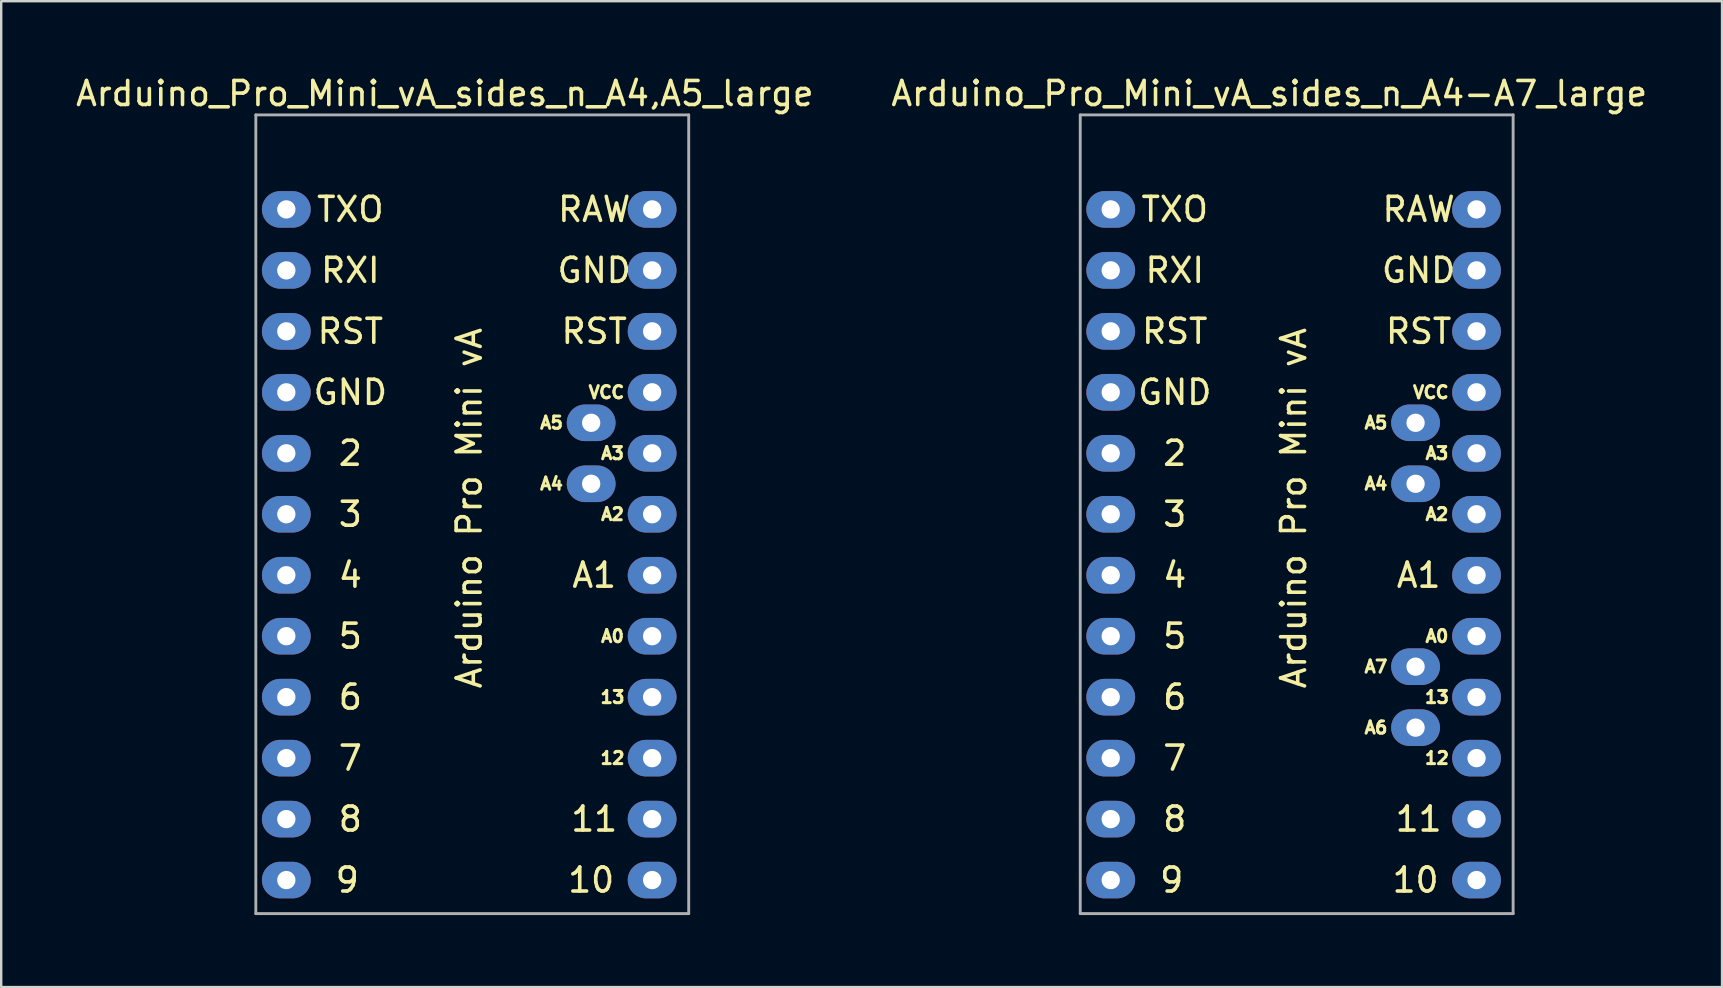
<source format=kicad_pcb>
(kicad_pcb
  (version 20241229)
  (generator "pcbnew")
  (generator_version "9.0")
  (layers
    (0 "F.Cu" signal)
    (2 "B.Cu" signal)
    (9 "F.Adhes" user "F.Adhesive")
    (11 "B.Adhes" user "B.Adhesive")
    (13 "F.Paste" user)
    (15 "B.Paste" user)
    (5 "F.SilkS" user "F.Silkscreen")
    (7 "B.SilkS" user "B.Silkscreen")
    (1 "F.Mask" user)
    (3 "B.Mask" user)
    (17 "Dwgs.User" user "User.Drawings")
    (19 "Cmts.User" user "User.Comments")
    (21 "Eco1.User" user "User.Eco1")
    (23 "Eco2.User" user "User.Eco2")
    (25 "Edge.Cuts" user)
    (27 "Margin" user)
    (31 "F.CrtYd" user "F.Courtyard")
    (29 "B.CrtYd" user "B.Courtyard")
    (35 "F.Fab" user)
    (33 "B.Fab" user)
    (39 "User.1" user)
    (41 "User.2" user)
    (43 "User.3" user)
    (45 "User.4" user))
  (footprint "Arduino_Pro_Mini_vA_sides_n_A4,A5_large"
    (layer "F.Cu")
    (at 8.878 5.674)
    (property "Reference" "Arduino_Pro_Mini_vA_sides_n_A4,A5_large" (at 6.604 -4.826 0) (layer "F.SilkS") (effects (font (size 1 1) (thickness 0.15))))
    (attr through_hole)
    (fp_line (start -1.27 -3.937) (end 16.764 -3.937) (stroke (width 0.12) (type solid)) (layer "F.Fab"))
    (fp_line (start -1.27 29.337) (end -1.27 -3.937) (stroke (width 0.12) (type solid)) (layer "F.Fab"))
    (fp_line (start 16.764 -3.937) (end 16.764 29.337) (stroke (width 0.12) (type solid)) (layer "F.Fab"))
    (fp_line (start 16.764 29.337) (end -1.27 29.337) (stroke (width 0.12) (type solid)) (layer "F.Fab"))
    (fp_text user "4" (at 2.667 15.24 0) (layer "F.SilkS") (effects (font (size 1 1) (thickness 0.15))))
    (fp_text user "A4" (at 11.049 11.43 0) (layer "F.SilkS") (effects (font (size 0.508 0.508) (thickness 0.127))))
    (fp_text user "A1" (at 12.827 15.24 0) (layer "F.SilkS") (effects (font (size 1 1) (thickness 0.15))))
    (fp_text user "A2" (at 13.589 12.7 0) (layer "F.SilkS") (effects (font (size 0.508 0.508) (thickness 0.127))))
    (fp_text user "RAW" (at 12.827 0 0) (layer "F.SilkS") (effects (font (size 1 1) (thickness 0.15))))
    (fp_text user "GND" (at 12.827 2.54 0) (layer "F.SilkS") (effects (font (size 1 1) (thickness 0.15))))
    (fp_text user "7" (at 2.667 22.86 0) (layer "F.SilkS") (effects (font (size 1 1) (thickness 0.15))))
    (fp_text user "TXO" (at 2.667 0 0) (layer "F.SilkS") (effects (font (size 1 1) (thickness 0.15))))
    (fp_text user "2" (at 2.667 10.16 0) (layer "F.SilkS") (effects (font (size 1 1) (thickness 0.15))))
    (fp_text user "12" (at 13.589 22.86 0) (layer "F.SilkS") (effects (font (size 0.508 0.508) (thickness 0.127))))
    (fp_text user "8" (at 2.667 25.4 0) (layer "F.SilkS") (effects (font (size 1 1) (thickness 0.15))))
    (fp_text user "6" (at 2.667 20.32 0) (layer "F.SilkS") (effects (font (size 1 1) (thickness 0.15))))
    (fp_text user "A3" (at 13.589 10.16 0) (layer "F.SilkS") (effects (font (size 0.508 0.508) (thickness 0.127))))
    (fp_text user "RST" (at 12.827 5.08 0) (layer "F.SilkS") (effects (font (size 1 1) (thickness 0.15))))
    (fp_text user "10" (at 12.7 27.94 0) (layer "F.SilkS") (effects (font (size 1 1) (thickness 0.15))))
    (fp_text user "13" (at 13.589 20.32 0) (layer "F.SilkS") (effects (font (size 0.508 0.508) (thickness 0.127))))
    (fp_text user "RXI" (at 2.667 2.54 0) (layer "F.SilkS") (effects (font (size 1 1) (thickness 0.15))))
    (fp_text user "Arduino Pro Mini vA" (at 7.62 12.446 270) (layer "F.SilkS") (effects (font (size 1 1) (thickness 0.15))))
    (fp_text user "3" (at 2.667 12.7 0) (layer "F.SilkS") (effects (font (size 1 1) (thickness 0.15))))
    (fp_text user "A5" (at 11.049 8.89 0) (layer "F.SilkS") (effects (font (size 0.508 0.508) (thickness 0.127))))
    (fp_text user "RST" (at 2.667 5.08 0) (layer "F.SilkS") (effects (font (size 1 1) (thickness 0.15))))
    (fp_text user "GND" (at 2.667 7.62 0) (layer "F.SilkS") (effects (font (size 1 1) (thickness 0.15))))
    (fp_text user "11" (at 12.827 25.4 0) (layer "F.SilkS") (effects (font (size 1 1) (thickness 0.15))))
    (fp_text user "A0" (at 13.589 17.78 0) (layer "F.SilkS") (effects (font (size 0.508 0.508) (thickness 0.127))))
    (fp_text user "5" (at 2.667 17.78 0) (layer "F.SilkS") (effects (font (size 1 1) (thickness 0.15))))
    (fp_text user "VCC" (at 13.335 7.62 0) (layer "F.SilkS") (effects (font (size 0.508 0.508) (thickness 0.127))))
    (fp_text user "9" (at 2.54 27.94 0) (layer "F.SilkS") (effects (font (size 1 1) (thickness 0.15))))
    (pad "1" thru_hole oval (at 0 0) (size 2.032 1.524) (drill 0.762) (layers "*.Cu" "*.Mask"))
    (pad "2" thru_hole oval (at 0 2.54) (size 2.032 1.524) (drill 0.762) (layers "*.Cu" "*.Mask"))
    (pad "3" thru_hole oval (at 0 5.08) (size 2.032 1.524) (drill 0.762) (layers "*.Cu" "*.Mask"))
    (pad "4" thru_hole oval (at 0 7.62) (size 2.032 1.524) (drill 0.762) (layers "*.Cu" "*.Mask"))
    (pad "5" thru_hole oval (at 0 10.16) (size 2.032 1.524) (drill 0.762) (layers "*.Cu" "*.Mask"))
    (pad "6" thru_hole oval (at 0 12.7) (size 2.032 1.524) (drill 0.762) (layers "*.Cu" "*.Mask"))
    (pad "7" thru_hole oval (at 0 15.24) (size 2.032 1.524) (drill 0.762) (layers "*.Cu" "*.Mask"))
    (pad "8" thru_hole oval (at 0 17.78) (size 2.032 1.524) (drill 0.762) (layers "*.Cu" "*.Mask"))
    (pad "9" thru_hole oval (at 0 20.32) (size 2.032 1.524) (drill 0.762) (layers "*.Cu" "*.Mask"))
    (pad "10" thru_hole oval (at 0 22.86) (size 2.032 1.524) (drill 0.762) (layers "*.Cu" "*.Mask"))
    (pad "11" thru_hole oval (at 0 25.4) (size 2.032 1.524) (drill 0.762) (layers "*.Cu" "*.Mask"))
    (pad "12" thru_hole oval (at 0 27.94) (size 2.032 1.524) (drill 0.762) (layers "*.Cu" "*.Mask"))
    (pad "13" thru_hole oval (at 15.24 0) (size 2.032 1.524) (drill 0.762) (layers "*.Cu" "*.Mask"))
    (pad "14" thru_hole oval (at 15.24 2.54) (size 2.032 1.524) (drill 0.762) (layers "*.Cu" "*.Mask"))
    (pad "15" thru_hole oval (at 15.24 5.08) (size 2.032 1.524) (drill 0.762) (layers "*.Cu" "*.Mask"))
    (pad "16" thru_hole oval (at 15.24 7.62) (size 2.032 1.524) (drill 0.762) (layers "*.Cu" "*.Mask"))
    (pad "17" thru_hole oval (at 15.24 10.16) (size 2.032 1.524) (drill 0.762) (layers "*.Cu" "*.Mask"))
    (pad "18" thru_hole oval (at 15.24 12.7) (size 2.032 1.524) (drill 0.762) (layers "*.Cu" "*.Mask"))
    (pad "19" thru_hole oval (at 15.24 15.24) (size 2.032 1.524) (drill 0.762) (layers "*.Cu" "*.Mask"))
    (pad "20" thru_hole oval (at 15.24 17.78) (size 2.032 1.524) (drill 0.762) (layers "*.Cu" "*.Mask"))
    (pad "21" thru_hole oval (at 15.24 20.32) (size 2.032 1.524) (drill 0.762) (layers "*.Cu" "*.Mask"))
    (pad "22" thru_hole oval (at 15.24 22.86) (size 2.032 1.524) (drill 0.762) (layers "*.Cu" "*.Mask"))
    (pad "23" thru_hole oval (at 15.24 25.4) (size 2.032 1.524) (drill 0.762) (layers "*.Cu" "*.Mask"))
    (pad "24" thru_hole oval (at 15.24 27.94) (size 2.032 1.524) (drill 0.762) (layers "*.Cu" "*.Mask"))
    (pad "25" thru_hole oval (at 12.7 11.43) (size 2.032 1.524) (drill 0.762) (layers "*.Cu" "*.Mask"))
    (pad "26" thru_hole oval (at 12.7 8.89) (size 2.032 1.524) (drill 0.762) (layers "*.Cu" "*.Mask")))
  (footprint "Arduino_Pro_Mini_vA_sides_n_A4-A7_large"
    (layer "F.Cu")
    (at 43.223 5.674)
    (property "Reference" "Arduino_Pro_Mini_vA_sides_n_A4-A7_large" (at 6.604 -4.826 0) (layer "F.SilkS") (effects (font (size 1 1) (thickness 0.15))))
    (attr through_hole)
    (fp_line (start -1.27 -3.937) (end 16.764 -3.937) (stroke (width 0.12) (type solid)) (layer "F.Fab"))
    (fp_line (start -1.27 29.337) (end -1.27 -3.937) (stroke (width 0.12) (type solid)) (layer "F.Fab"))
    (fp_line (start 16.764 -3.937) (end 16.764 29.337) (stroke (width 0.12) (type solid)) (layer "F.Fab"))
    (fp_line (start 16.764 29.337) (end -1.27 29.337) (stroke (width 0.12) (type solid)) (layer "F.Fab"))
    (fp_text user "A3" (at 13.589 10.16 0) (layer "F.SilkS") (effects (font (size 0.508 0.508) (thickness 0.127))))
    (fp_text user "GND" (at 12.827 2.54 0) (layer "F.SilkS") (effects (font (size 1 1) (thickness 0.15))))
    (fp_text user "A4" (at 11.049 11.43 0) (layer "F.SilkS") (effects (font (size 0.508 0.508) (thickness 0.127))))
    (fp_text user "GND" (at 2.667 7.62 0) (layer "F.SilkS") (effects (font (size 1 1) (thickness 0.15))))
    (fp_text user "10" (at 12.7 27.94 0) (layer "F.SilkS") (effects (font (size 1 1) (thickness 0.15))))
    (fp_text user "RAW" (at 12.827 0 0) (layer "F.SilkS") (effects (font (size 1 1) (thickness 0.15))))
    (fp_text user "A0" (at 13.589 17.78 0) (layer "F.SilkS") (effects (font (size 0.508 0.508) (thickness 0.127))))
    (fp_text user "9" (at 2.54 27.94 0) (layer "F.SilkS") (effects (font (size 1 1) (thickness 0.15))))
    (fp_text user "RXI" (at 2.667 2.54 0) (layer "F.SilkS") (effects (font (size 1 1) (thickness 0.15))))
    (fp_text user "8" (at 2.667 25.4 0) (layer "F.SilkS") (effects (font (size 1 1) (thickness 0.15))))
    (fp_text user "12" (at 13.589 22.86 0) (layer "F.SilkS") (effects (font (size 0.508 0.508) (thickness 0.127))))
    (fp_text user "VCC" (at 13.335 7.62 0) (layer "F.SilkS") (effects (font (size 0.508 0.508) (thickness 0.127))))
    (fp_text user "Arduino Pro Mini vA" (at 7.62 12.446 270) (layer "F.SilkS") (effects (font (size 1 1) (thickness 0.15))))
    (fp_text user "A1" (at 12.827 15.24 0) (layer "F.SilkS") (effects (font (size 1 1) (thickness 0.15))))
    (fp_text user "7" (at 2.667 22.86 0) (layer "F.SilkS") (effects (font (size 1 1) (thickness 0.15))))
    (fp_text user "11" (at 12.827 25.4 0) (layer "F.SilkS") (effects (font (size 1 1) (thickness 0.15))))
    (fp_text user "13" (at 13.589 20.32 0) (layer "F.SilkS") (effects (font (size 0.508 0.508) (thickness 0.127))))
    (fp_text user "A6" (at 11.049 21.59 0) (layer "F.SilkS") (effects (font (size 0.508 0.508) (thickness 0.127))))
    (fp_text user "2" (at 2.667 10.16 0) (layer "F.SilkS") (effects (font (size 1 1) (thickness 0.15))))
    (fp_text user "A5" (at 11.049 8.89 0) (layer "F.SilkS") (effects (font (size 0.508 0.508) (thickness 0.127))))
    (fp_text user "RST" (at 2.667 5.08 0) (layer "F.SilkS") (effects (font (size 1 1) (thickness 0.15))))
    (fp_text user "6" (at 2.667 20.32 0) (layer "F.SilkS") (effects (font (size 1 1) (thickness 0.15))))
    (fp_text user "4" (at 2.667 15.24 0) (layer "F.SilkS") (effects (font (size 1 1) (thickness 0.15))))
    (fp_text user "5" (at 2.667 17.78 0) (layer "F.SilkS") (effects (font (size 1 1) (thickness 0.15))))
    (fp_text user "TXO" (at 2.667 0 0) (layer "F.SilkS") (effects (font (size 1 1) (thickness 0.15))))
    (fp_text user "A2" (at 13.589 12.7 0) (layer "F.SilkS") (effects (font (size 0.508 0.508) (thickness 0.127))))
    (fp_text user "RST" (at 12.827 5.08 0) (layer "F.SilkS") (effects (font (size 1 1) (thickness 0.15))))
    (fp_text user "A7" (at 11.049 19.05 0) (layer "F.SilkS") (effects (font (size 0.508 0.508) (thickness 0.127))))
    (fp_text user "3" (at 2.667 12.7 0) (layer "F.SilkS") (effects (font (size 1 1) (thickness 0.15))))
    (pad "1" thru_hole oval (at 0 0) (size 2.032 1.524) (drill 0.762) (layers "*.Cu" "*.Mask"))
    (pad "2" thru_hole oval (at 0 2.54) (size 2.032 1.524) (drill 0.762) (layers "*.Cu" "*.Mask"))
    (pad "3" thru_hole oval (at 0 5.08) (size 2.032 1.524) (drill 0.762) (layers "*.Cu" "*.Mask"))
    (pad "4" thru_hole oval (at 0 7.62) (size 2.032 1.524) (drill 0.762) (layers "*.Cu" "*.Mask"))
    (pad "5" thru_hole oval (at 0 10.16) (size 2.032 1.524) (drill 0.762) (layers "*.Cu" "*.Mask"))
    (pad "6" thru_hole oval (at 0 12.7) (size 2.032 1.524) (drill 0.762) (layers "*.Cu" "*.Mask"))
    (pad "7" thru_hole oval (at 0 15.24) (size 2.032 1.524) (drill 0.762) (layers "*.Cu" "*.Mask"))
    (pad "8" thru_hole oval (at 0 17.78) (size 2.032 1.524) (drill 0.762) (layers "*.Cu" "*.Mask"))
    (pad "9" thru_hole oval (at 0 20.32) (size 2.032 1.524) (drill 0.762) (layers "*.Cu" "*.Mask"))
    (pad "10" thru_hole oval (at 0 22.86) (size 2.032 1.524) (drill 0.762) (layers "*.Cu" "*.Mask"))
    (pad "11" thru_hole oval (at 0 25.4) (size 2.032 1.524) (drill 0.762) (layers "*.Cu" "*.Mask"))
    (pad "12" thru_hole oval (at 0 27.94) (size 2.032 1.524) (drill 0.762) (layers "*.Cu" "*.Mask"))
    (pad "13" thru_hole oval (at 15.24 0) (size 2.032 1.524) (drill 0.762) (layers "*.Cu" "*.Mask"))
    (pad "14" thru_hole oval (at 15.24 2.54) (size 2.032 1.524) (drill 0.762) (layers "*.Cu" "*.Mask"))
    (pad "15" thru_hole oval (at 15.24 5.08) (size 2.032 1.524) (drill 0.762) (layers "*.Cu" "*.Mask"))
    (pad "16" thru_hole oval (at 15.24 7.62) (size 2.032 1.524) (drill 0.762) (layers "*.Cu" "*.Mask"))
    (pad "17" thru_hole oval (at 15.24 10.16) (size 2.032 1.524) (drill 0.762) (layers "*.Cu" "*.Mask"))
    (pad "18" thru_hole oval (at 15.24 12.7) (size 2.032 1.524) (drill 0.762) (layers "*.Cu" "*.Mask"))
    (pad "19" thru_hole oval (at 15.24 15.24) (size 2.032 1.524) (drill 0.762) (layers "*.Cu" "*.Mask"))
    (pad "20" thru_hole oval (at 15.24 17.78) (size 2.032 1.524) (drill 0.762) (layers "*.Cu" "*.Mask"))
    (pad "21" thru_hole oval (at 15.24 20.32) (size 2.032 1.524) (drill 0.762) (layers "*.Cu" "*.Mask"))
    (pad "22" thru_hole oval (at 15.24 22.86) (size 2.032 1.524) (drill 0.762) (layers "*.Cu" "*.Mask"))
    (pad "23" thru_hole oval (at 15.24 25.4) (size 2.032 1.524) (drill 0.762) (layers "*.Cu" "*.Mask"))
    (pad "24" thru_hole oval (at 15.24 27.94) (size 2.032 1.524) (drill 0.762) (layers "*.Cu" "*.Mask"))
    (pad "25" thru_hole oval (at 12.7 11.43) (size 2.032 1.524) (drill 0.762) (layers "*.Cu" "*.Mask"))
    (pad "26" thru_hole oval (at 12.7 8.89) (size 2.032 1.524) (drill 0.762) (layers "*.Cu" "*.Mask"))
    (pad "27" thru_hole oval (at 12.7 21.59) (size 2.032 1.524) (drill 0.762) (layers "*.Cu" "*.Mask"))
    (pad "28" thru_hole oval (at 12.7 19.05) (size 2.032 1.524) (drill 0.762) (layers "*.Cu" "*.Mask")))
  (gr_rect
    (start -3 -3)
    (end 68.69 38.071)
    (stroke (width 0.1) (type default))
    (fill no)
    (layer "Edge.Cuts")))
</source>
